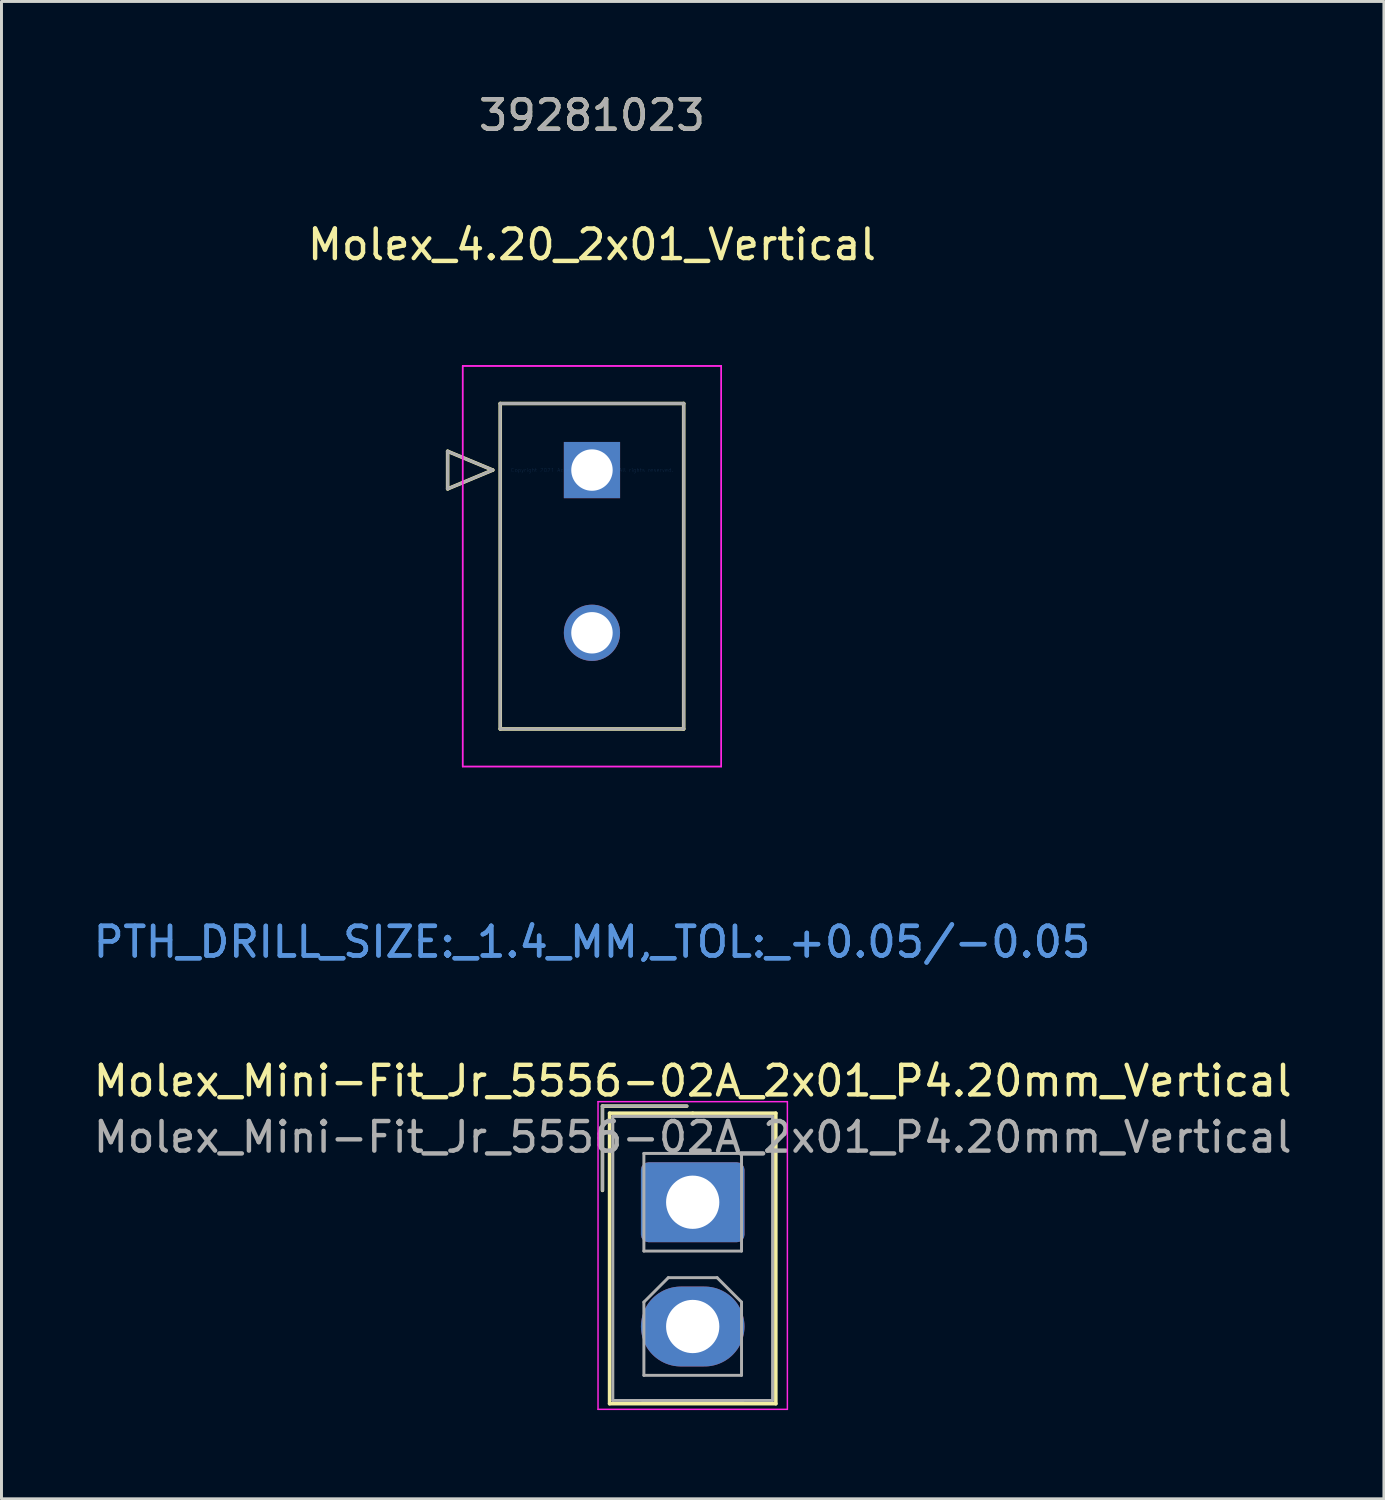
<source format=kicad_pcb>
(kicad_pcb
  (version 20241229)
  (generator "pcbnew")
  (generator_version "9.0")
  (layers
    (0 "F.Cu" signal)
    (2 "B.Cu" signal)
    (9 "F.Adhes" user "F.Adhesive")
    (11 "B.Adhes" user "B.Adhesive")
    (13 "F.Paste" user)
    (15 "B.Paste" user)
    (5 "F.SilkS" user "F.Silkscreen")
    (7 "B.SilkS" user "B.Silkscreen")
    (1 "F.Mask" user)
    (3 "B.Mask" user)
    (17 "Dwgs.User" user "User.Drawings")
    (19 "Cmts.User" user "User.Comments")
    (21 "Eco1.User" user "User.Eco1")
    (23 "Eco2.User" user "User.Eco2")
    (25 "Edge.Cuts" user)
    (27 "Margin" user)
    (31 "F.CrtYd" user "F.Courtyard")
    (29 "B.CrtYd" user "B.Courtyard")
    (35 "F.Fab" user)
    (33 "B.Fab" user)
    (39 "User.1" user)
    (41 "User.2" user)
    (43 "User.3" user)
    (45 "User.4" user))
  (footprint "Molex_4.20_2x01_Vertical"
    (layer "F.Cu")
    (at 16.958 12.838)
    (property "Reference" "Molex_4.20_2x01_Vertical" (at 0 -7.62 0) (layer "F.SilkS") (effects (font (size 1 1) (thickness 0.15))))
    (attr through_hole)
    (fp_line (start -4.878 -0.635) (end -4.878 0.635) (stroke (width 0.12) (type solid)) (layer "F.SilkS"))
    (fp_line (start -4.878 0.635) (end -3.354 0) (stroke (width 0.12) (type solid)) (layer "F.SilkS"))
    (fp_line (start -3.354 0) (end -4.878 -0.635) (stroke (width 0.12) (type solid)) (layer "F.SilkS"))
    (fp_line (start -3.1 -2.25) (end -3.1 8.75) (stroke (width 0.12) (type solid)) (layer "F.SilkS"))
    (fp_line (start -3.1 8.75) (end 3.1 8.75) (stroke (width 0.12) (type solid)) (layer "F.SilkS"))
    (fp_line (start 3.1 -2.25) (end -3.1 -2.25) (stroke (width 0.12) (type solid)) (layer "F.SilkS"))
    (fp_line (start 3.1 8.75) (end 3.1 -2.25) (stroke (width 0.12) (type solid)) (layer "F.SilkS"))
    (fp_line (start -4.37 -3.52) (end -4.37 10.02) (stroke (width 0.05) (type solid)) (layer "F.CrtYd"))
    (fp_line (start -4.37 -3.52) (end -4.37 10.02) (stroke (width 0.05) (type solid)) (layer "F.CrtYd"))
    (fp_line (start -4.37 10.02) (end 4.37 10.02) (stroke (width 0.05) (type solid)) (layer "F.CrtYd"))
    (fp_line (start -4.37 10.02) (end 4.37 10.02) (stroke (width 0.05) (type solid)) (layer "F.CrtYd"))
    (fp_line (start 4.37 -3.52) (end -4.37 -3.52) (stroke (width 0.05) (type solid)) (layer "F.CrtYd"))
    (fp_line (start 4.37 -3.52) (end -4.37 -3.52) (stroke (width 0.05) (type solid)) (layer "F.CrtYd"))
    (fp_line (start 4.37 10.02) (end 4.37 -3.52) (stroke (width 0.05) (type solid)) (layer "F.CrtYd"))
    (fp_line (start 4.37 10.02) (end 4.37 -3.52) (stroke (width 0.05) (type solid)) (layer "F.CrtYd"))
    (fp_line (start -4.878 -0.635) (end -4.878 0.635) (stroke (width 0.1) (type solid)) (layer "F.Fab"))
    (fp_line (start -4.878 0.635) (end -3.354 0) (stroke (width 0.1) (type solid)) (layer "F.Fab"))
    (fp_line (start -3.354 0) (end -4.878 -0.635) (stroke (width 0.1) (type solid)) (layer "F.Fab"))
    (fp_line (start -3.1 -2.25) (end -3.1 8.75) (stroke (width 0.1) (type solid)) (layer "F.Fab"))
    (fp_line (start -3.1 8.75) (end 3.1 8.75) (stroke (width 0.1) (type solid)) (layer "F.Fab"))
    (fp_line (start 3.1 -2.25) (end -3.1 -2.25) (stroke (width 0.1) (type solid)) (layer "F.Fab"))
    (fp_line (start 3.1 8.75) (end 3.1 -2.25) (stroke (width 0.1) (type solid)) (layer "F.Fab"))
    (fp_text user "*" (at 0 0 0) (layer "F.SilkS") (effects (font (size 1 1) (thickness 0.15))))
    (fp_text user "39281023" (at 0 -11.99 0) (layer "F.SilkS") (effects (font (size 1 1) (thickness 0.15))))
    (fp_text user "Copyright 2021 Accelerated Designs. All rights reserved." (at 0 0 0) (layer "Cmts.User") (effects (font (size 0.127 0.127) (thickness 0.002))))
    (fp_text user "PTH_DRILL_SIZE:_1.4_MM,_TOL:_+0.05/-0.05" (at 0 15.95 0) (layer "Cmts.User") (effects (font (size 1 1) (thickness 0.15))))
    (fp_text user "PTH_DRILL_SIZE:_1.4_MM,_TOL:_+0.05/-0.05" (at 0 15.95 0) (layer "Cmts.User") (effects (font (size 1 1) (thickness 0.15))))
    (fp_text user "*" (at 0 0 0) (layer "F.Fab") (effects (font (size 1 1) (thickness 0.15))))
    (fp_text user "39281023" (at 0 -11.99 0) (layer "F.Fab") (effects (font (size 1 1) (thickness 0.15))))
    (pad "1" thru_hole rect (at 0 0) (size 1.9 1.9) (drill 1.4) (layers "*.Cu" "*.Mask"))
    (pad "2" thru_hole circle (at 0 5.5) (size 1.9 1.9) (drill 1.4) (layers "*.Cu" "*.Mask")))
  (footprint "Molex_Mini-Fit_Jr_5556-02A_2x01_P4.20mm_Vertical"
    (layer "F.Cu")
    (at 20.363 37.585)
    (property "Reference" "Molex_Mini-Fit_Jr_5556-02A_2x01_P4.20mm_Vertical" (at 0 -4.1 0) (layer "F.SilkS") (effects (font (size 1 1) (thickness 0.15))))
    (attr through_hole)
    (fp_line (start -3.05 -3.25) (end -3.05 -0.4) (stroke (width 0.12) (type solid)) (layer "F.SilkS"))
    (fp_line (start -2.81 -3.01) (end -2.81 6.81) (stroke (width 0.12) (type solid)) (layer "F.SilkS"))
    (fp_line (start -2.81 6.81) (end 2.81 6.81) (stroke (width 0.12) (type solid)) (layer "F.SilkS"))
    (fp_line (start -0.2 -3.25) (end -3.05 -3.25) (stroke (width 0.12) (type solid)) (layer "F.SilkS"))
    (fp_line (start 0 -3.01) (end -2.81 -3.01) (stroke (width 0.12) (type solid)) (layer "F.SilkS"))
    (fp_line (start 0 -3.01) (end 2.81 -3.01) (stroke (width 0.12) (type solid)) (layer "F.SilkS"))
    (fp_line (start 2.81 -3.01) (end 2.81 6.81) (stroke (width 0.12) (type solid)) (layer "F.SilkS"))
    (fp_line (start -3.2 -3.4) (end -3.2 7) (stroke (width 0.05) (type solid)) (layer "F.CrtYd"))
    (fp_line (start -3.2 7) (end 3.2 7) (stroke (width 0.05) (type solid)) (layer "F.CrtYd"))
    (fp_line (start 3.2 -3.4) (end -3.2 -3.4) (stroke (width 0.05) (type solid)) (layer "F.CrtYd"))
    (fp_line (start 3.2 7) (end 3.2 -3.4) (stroke (width 0.05) (type solid)) (layer "F.CrtYd"))
    (fp_line (start -3.05 -3.25) (end -3.05 -0.4) (stroke (width 0.1) (type solid)) (layer "F.Fab"))
    (fp_line (start -2.7 -2.9) (end -2.7 6.7) (stroke (width 0.1) (type solid)) (layer "F.Fab"))
    (fp_line (start -2.7 6.7) (end 2.7 6.7) (stroke (width 0.1) (type solid)) (layer "F.Fab"))
    (fp_line (start -1.7 6.7) (end 1.7 6.7) (stroke (width 0.1) (type solid)) (layer "F.Fab"))
    (fp_line (start -1.65 -1.65) (end -1.65 1.65) (stroke (width 0.1) (type solid)) (layer "F.Fab"))
    (fp_line (start -1.65 1.65) (end 1.65 1.65) (stroke (width 0.1) (type solid)) (layer "F.Fab"))
    (fp_line (start -1.65 3.375) (end -0.825 2.55) (stroke (width 0.1) (type solid)) (layer "F.Fab"))
    (fp_line (start -1.65 5.85) (end -1.65 3.375) (stroke (width 0.1) (type solid)) (layer "F.Fab"))
    (fp_line (start -0.825 2.55) (end 0.825 2.55) (stroke (width 0.1) (type solid)) (layer "F.Fab"))
    (fp_line (start -0.2 -3.25) (end -3.05 -3.25) (stroke (width 0.1) (type solid)) (layer "F.Fab"))
    (fp_line (start 0.825 2.55) (end 1.65 3.375) (stroke (width 0.1) (type solid)) (layer "F.Fab"))
    (fp_line (start 1.65 -1.65) (end -1.65 -1.65) (stroke (width 0.1) (type solid)) (layer "F.Fab"))
    (fp_line (start 1.65 1.65) (end 1.65 -1.65) (stroke (width 0.1) (type solid)) (layer "F.Fab"))
    (fp_line (start 1.65 3.375) (end 1.65 5.85) (stroke (width 0.1) (type solid)) (layer "F.Fab"))
    (fp_line (start 1.65 5.85) (end -1.65 5.85) (stroke (width 0.1) (type solid)) (layer "F.Fab"))
    (fp_line (start 2.7 -2.9) (end -2.7 -2.9) (stroke (width 0.1) (type solid)) (layer "F.Fab"))
    (fp_line (start 2.7 6.7) (end 2.7 -2.9) (stroke (width 0.1) (type solid)) (layer "F.Fab"))
    (fp_text user "${REFERENCE}" (at 0 -2.2 0) (layer "F.Fab") (effects (font (size 1 1) (thickness 0.15))))
    (pad "1" thru_hole roundrect (at 0 0) (size 3.5 2.7) (drill 1.8) (layers "*.Cu" "*.Mask") (roundrect_rratio 0.093))
    (pad "2" thru_hole oval (at 0 4.2) (size 3.5 2.7) (drill 1.8) (layers "*.Cu" "*.Mask" "B.Adhes")))
  (gr_rect
    (start -3 -3)
    (end 43.726 47.61)
    (stroke (width 0.1) (type default))
    (fill no)
    (layer "Edge.Cuts")))
</source>
